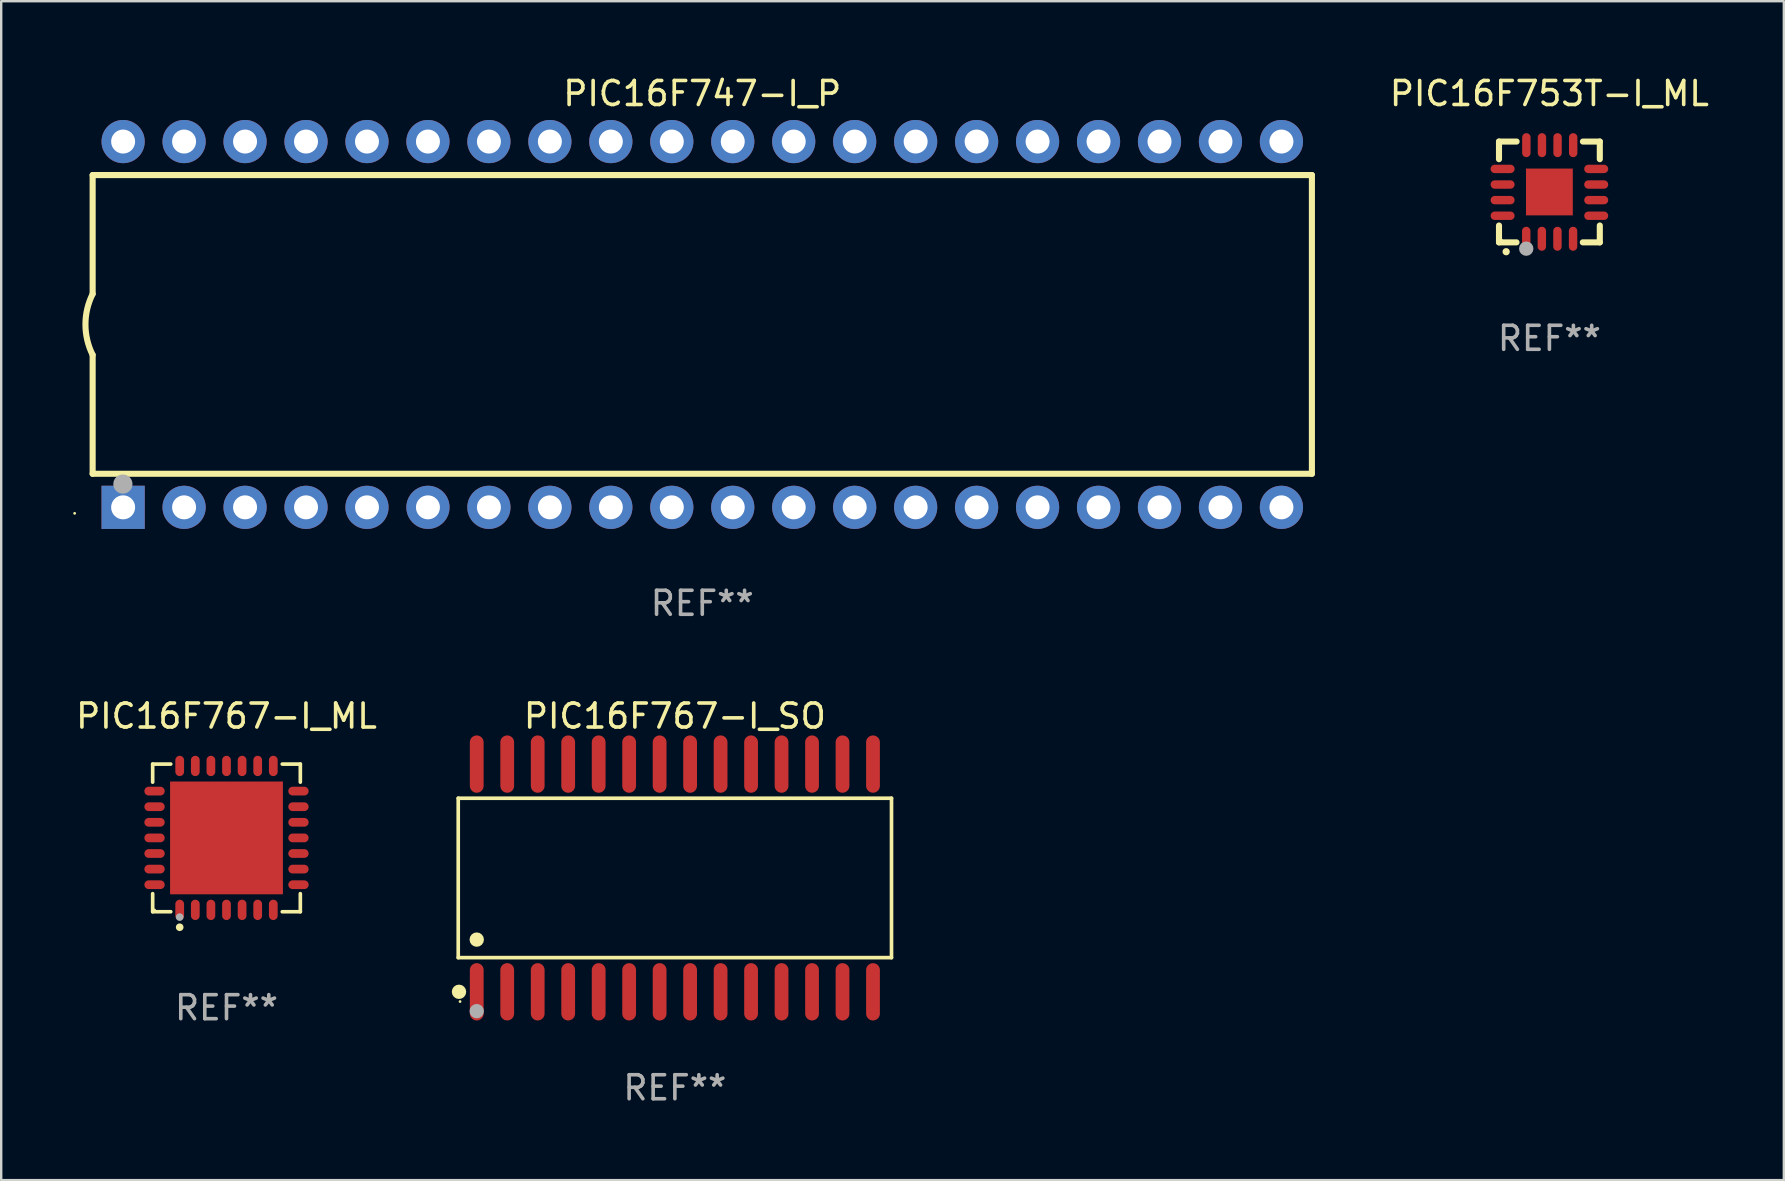
<source format=kicad_pcb>
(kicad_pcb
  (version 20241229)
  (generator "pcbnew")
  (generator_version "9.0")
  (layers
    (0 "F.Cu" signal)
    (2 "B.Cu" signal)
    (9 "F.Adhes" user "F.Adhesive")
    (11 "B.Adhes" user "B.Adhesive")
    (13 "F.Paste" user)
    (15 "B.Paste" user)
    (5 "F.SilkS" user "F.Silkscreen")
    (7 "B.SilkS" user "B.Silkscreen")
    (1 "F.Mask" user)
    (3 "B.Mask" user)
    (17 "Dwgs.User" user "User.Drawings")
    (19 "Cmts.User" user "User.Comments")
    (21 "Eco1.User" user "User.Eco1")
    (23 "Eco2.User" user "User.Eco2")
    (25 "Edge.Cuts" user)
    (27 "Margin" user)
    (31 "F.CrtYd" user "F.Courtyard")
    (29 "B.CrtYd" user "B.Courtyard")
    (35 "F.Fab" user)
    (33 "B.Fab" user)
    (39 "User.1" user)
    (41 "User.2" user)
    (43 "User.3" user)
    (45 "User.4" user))
  (footprint "PIC16F767-I_SO"
    (layer "F.Cu")
    (at 25.068 33.529)
    (property "Reference" "PIC16F767-I_SO" (at 0 -6.744 0) (layer "F.SilkS") (effects (font (size 1 1) (thickness 0.15))))
    (attr through_hole)
    (fp_line (start -9.026 -3.321) (end 9.026 -3.321) (stroke (width 0.152) (type solid)) (layer "F.SilkS"))
    (fp_line (start -9.026 3.321) (end -9.026 -3.321) (stroke (width 0.152) (type solid)) (layer "F.SilkS"))
    (fp_line (start 9.026 -3.321) (end 9.026 3.321) (stroke (width 0.152) (type solid)) (layer "F.SilkS"))
    (fp_line (start 9.026 3.321) (end -9.026 3.321) (stroke (width 0.152) (type solid)) (layer "F.SilkS"))
    (fp_circle (center -8.994 4.744) (end -8.844 4.744) (stroke (width 0.3) (type solid)) (fill no) (layer "F.SilkS"))
    (fp_circle (center -8.95 5.15) (end -8.92 5.15) (stroke (width 0.06) (type solid)) (fill no) (layer "F.SilkS"))
    (fp_circle (center -8.255 2.569) (end -8.105 2.569) (stroke (width 0.3) (type solid)) (fill no) (layer "F.SilkS"))
    (fp_circle (center -8.255 5.55) (end -8.105 5.55) (stroke (width 0.3) (type solid)) (fill no) (layer "F.Fab"))
    (fp_text user "REF**" (at 0 8.744 0) (layer "F.Fab") (effects (font (size 1 1) (thickness 0.15))))
    (pad "1" smd oval (at -8.255 4.744) (size 0.574 2.388) (layers "F.Cu" "F.Mask" "F.Paste"))
    (pad "2" smd oval (at -6.985 4.744) (size 0.574 2.388) (layers "F.Cu" "F.Mask" "F.Paste"))
    (pad "3" smd oval (at -5.715 4.744) (size 0.574 2.388) (layers "F.Cu" "F.Mask" "F.Paste"))
    (pad "4" smd oval (at -4.445 4.744) (size 0.574 2.388) (layers "F.Cu" "F.Mask" "F.Paste"))
    (pad "5" smd oval (at -3.175 4.744) (size 0.574 2.388) (layers "F.Cu" "F.Mask" "F.Paste"))
    (pad "6" smd oval (at -1.905 4.744) (size 0.574 2.388) (layers "F.Cu" "F.Mask" "F.Paste"))
    (pad "7" smd oval (at -0.635 4.744) (size 0.574 2.388) (layers "F.Cu" "F.Mask" "F.Paste"))
    (pad "8" smd oval (at 0.635 4.744) (size 0.574 2.388) (layers "F.Cu" "F.Mask" "F.Paste"))
    (pad "9" smd oval (at 1.905 4.744) (size 0.574 2.388) (layers "F.Cu" "F.Mask" "F.Paste"))
    (pad "10" smd oval (at 3.175 4.744) (size 0.574 2.388) (layers "F.Cu" "F.Mask" "F.Paste"))
    (pad "11" smd oval (at 4.445 4.744) (size 0.574 2.388) (layers "F.Cu" "F.Mask" "F.Paste"))
    (pad "12" smd oval (at 5.715 4.744) (size 0.574 2.388) (layers "F.Cu" "F.Mask" "F.Paste"))
    (pad "13" smd oval (at 6.985 4.744) (size 0.574 2.388) (layers "F.Cu" "F.Mask" "F.Paste"))
    (pad "14" smd oval (at 8.255 4.744) (size 0.574 2.388) (layers "F.Cu" "F.Mask" "F.Paste"))
    (pad "15" smd oval (at 8.255 -4.744) (size 0.574 2.388) (layers "F.Cu" "F.Mask" "F.Paste"))
    (pad "16" smd oval (at 6.985 -4.744) (size 0.574 2.388) (layers "F.Cu" "F.Mask" "F.Paste"))
    (pad "17" smd oval (at 5.715 -4.744) (size 0.574 2.388) (layers "F.Cu" "F.Mask" "F.Paste"))
    (pad "18" smd oval (at 4.445 -4.744) (size 0.574 2.388) (layers "F.Cu" "F.Mask" "F.Paste"))
    (pad "19" smd oval (at 3.175 -4.744) (size 0.574 2.388) (layers "F.Cu" "F.Mask" "F.Paste"))
    (pad "20" smd oval (at 1.905 -4.744) (size 0.574 2.388) (layers "F.Cu" "F.Mask" "F.Paste"))
    (pad "21" smd oval (at 0.635 -4.744) (size 0.574 2.388) (layers "F.Cu" "F.Mask" "F.Paste"))
    (pad "22" smd oval (at -0.635 -4.744) (size 0.574 2.388) (layers "F.Cu" "F.Mask" "F.Paste"))
    (pad "23" smd oval (at -1.905 -4.744) (size 0.574 2.388) (layers "F.Cu" "F.Mask" "F.Paste"))
    (pad "24" smd oval (at -3.175 -4.744) (size 0.574 2.388) (layers "F.Cu" "F.Mask" "F.Paste"))
    (pad "25" smd oval (at -4.445 -4.744) (size 0.574 2.388) (layers "F.Cu" "F.Mask" "F.Paste"))
    (pad "26" smd oval (at -5.715 -4.744) (size 0.574 2.388) (layers "F.Cu" "F.Mask" "F.Paste"))
    (pad "27" smd oval (at -6.985 -4.744) (size 0.574 2.388) (layers "F.Cu" "F.Mask" "F.Paste"))
    (pad "28" smd oval (at -8.255 -4.744) (size 0.574 2.388) (layers "F.Cu" "F.Mask" "F.Paste")))
  (footprint "PIC16F747-I_P"
    (layer "F.Cu")
    (at 26.21 10.468)
    (property "Reference" "PIC16F747-I_P" (at 0 -9.62 0) (layer "F.SilkS") (effects (font (size 1 1) (thickness 0.15))))
    (attr through_hole)
    (fp_line (start -25.4 -6.224) (end -25.4 -1.271) (stroke (width 0.254) (type solid)) (layer "F.SilkS"))
    (fp_line (start -25.4 -6.224) (end 25.4 -6.224) (stroke (width 0.254) (type solid)) (layer "F.SilkS"))
    (fp_line (start -25.4 1.269) (end -25.4 6.222) (stroke (width 0.254) (type solid)) (layer "F.SilkS"))
    (fp_line (start -25.4 6.222) (end 25.4 6.222) (stroke (width 0.254) (type solid)) (layer "F.SilkS"))
    (fp_line (start 25.4 6.222) (end 25.4 -6.224) (stroke (width 0.254) (type solid)) (layer "F.SilkS"))
    (fp_arc (start -25.4 1.269241) (mid -25.699807 -0.000762) (end -25.4 -1.270765) (stroke (width 0.254001) (type solid)) (layer "F.SilkS"))
    (fp_circle (center -26.15 7.87) (end -26.12 7.87) (stroke (width 0.06) (type solid)) (fill no) (layer "F.SilkS"))
    (fp_circle (center -24.14 6.65) (end -23.94 6.65) (stroke (width 0.4) (type solid)) (fill no) (layer "F.Fab"))
    (fp_text user "REF**" (at 0 11.62 0) (layer "F.Fab") (effects (font (size 1 1) (thickness 0.15))))
    (pad "1" thru_hole rect (at -24.13 7.62 90) (size 1.8 1.8) (drill 1) (layers "*.Cu" "*.Mask"))
    (pad "2" thru_hole circle (at -21.59 7.62) (size 1.8 1.8) (drill 1) (layers "*.Cu" "*.Mask"))
    (pad "3" thru_hole circle (at -19.05 7.62) (size 1.8 1.8) (drill 1) (layers "*.Cu" "*.Mask"))
    (pad "4" thru_hole circle (at -16.51 7.62) (size 1.8 1.8) (drill 1) (layers "*.Cu" "*.Mask"))
    (pad "5" thru_hole circle (at -13.97 7.62) (size 1.8 1.8) (drill 1) (layers "*.Cu" "*.Mask"))
    (pad "6" thru_hole circle (at -11.43 7.62) (size 1.8 1.8) (drill 1) (layers "*.Cu" "*.Mask"))
    (pad "7" thru_hole circle (at -8.89 7.62) (size 1.8 1.8) (drill 1) (layers "*.Cu" "*.Mask"))
    (pad "8" thru_hole circle (at -6.35 7.62) (size 1.8 1.8) (drill 1) (layers "*.Cu" "*.Mask"))
    (pad "9" thru_hole circle (at -3.81 7.62) (size 1.8 1.8) (drill 1) (layers "*.Cu" "*.Mask"))
    (pad "10" thru_hole circle (at -1.27 7.62) (size 1.8 1.8) (drill 1) (layers "*.Cu" "*.Mask"))
    (pad "11" thru_hole circle (at 1.27 7.62) (size 1.8 1.8) (drill 1) (layers "*.Cu" "*.Mask"))
    (pad "12" thru_hole circle (at 3.81 7.62) (size 1.8 1.8) (drill 1) (layers "*.Cu" "*.Mask"))
    (pad "13" thru_hole circle (at 6.35 7.62) (size 1.8 1.8) (drill 1) (layers "*.Cu" "*.Mask"))
    (pad "14" thru_hole circle (at 8.89 7.62) (size 1.8 1.8) (drill 1) (layers "*.Cu" "*.Mask"))
    (pad "15" thru_hole circle (at 11.43 7.62) (size 1.8 1.8) (drill 1) (layers "*.Cu" "*.Mask"))
    (pad "16" thru_hole circle (at 13.97 7.62) (size 1.8 1.8) (drill 1) (layers "*.Cu" "*.Mask"))
    (pad "17" thru_hole circle (at 16.51 7.62) (size 1.8 1.8) (drill 1) (layers "*.Cu" "*.Mask"))
    (pad "18" thru_hole circle (at 19.05 7.62) (size 1.8 1.8) (drill 1) (layers "*.Cu" "*.Mask"))
    (pad "19" thru_hole circle (at 21.59 7.62) (size 1.8 1.8) (drill 1) (layers "*.Cu" "*.Mask"))
    (pad "20" thru_hole circle (at 24.13 7.62) (size 1.8 1.8) (drill 1) (layers "*.Cu" "*.Mask"))
    (pad "21" thru_hole circle (at 24.13 -7.62) (size 1.8 1.8) (drill 1) (layers "*.Cu" "*.Mask"))
    (pad "22" thru_hole circle (at 21.59 -7.62) (size 1.8 1.8) (drill 1) (layers "*.Cu" "*.Mask"))
    (pad "23" thru_hole circle (at 19.05 -7.62) (size 1.8 1.8) (drill 1) (layers "*.Cu" "*.Mask"))
    (pad "24" thru_hole circle (at 16.51 -7.62) (size 1.8 1.8) (drill 1) (layers "*.Cu" "*.Mask"))
    (pad "25" thru_hole circle (at 13.97 -7.62) (size 1.8 1.8) (drill 1) (layers "*.Cu" "*.Mask"))
    (pad "26" thru_hole circle (at 11.43 -7.62) (size 1.8 1.8) (drill 1) (layers "*.Cu" "*.Mask"))
    (pad "27" thru_hole circle (at 8.89 -7.62) (size 1.8 1.8) (drill 1) (layers "*.Cu" "*.Mask"))
    (pad "28" thru_hole circle (at 6.35 -7.62) (size 1.8 1.8) (drill 1) (layers "*.Cu" "*.Mask"))
    (pad "29" thru_hole circle (at 3.81 -7.62) (size 1.8 1.8) (drill 1) (layers "*.Cu" "*.Mask"))
    (pad "30" thru_hole circle (at 1.27 -7.62) (size 1.8 1.8) (drill 1) (layers "*.Cu" "*.Mask"))
    (pad "31" thru_hole circle (at -1.27 -7.62) (size 1.8 1.8) (drill 1) (layers "*.Cu" "*.Mask"))
    (pad "32" thru_hole circle (at -3.81 -7.62) (size 1.8 1.8) (drill 1) (layers "*.Cu" "*.Mask"))
    (pad "33" thru_hole circle (at -6.35 -7.62) (size 1.8 1.8) (drill 1) (layers "*.Cu" "*.Mask"))
    (pad "34" thru_hole circle (at -8.89 -7.62) (size 1.8 1.8) (drill 1) (layers "*.Cu" "*.Mask"))
    (pad "35" thru_hole circle (at -11.43 -7.62) (size 1.8 1.8) (drill 1) (layers "*.Cu" "*.Mask"))
    (pad "36" thru_hole circle (at -13.97 -7.62) (size 1.8 1.8) (drill 1) (layers "*.Cu" "*.Mask"))
    (pad "37" thru_hole circle (at -16.51 -7.62) (size 1.8 1.8) (drill 1) (layers "*.Cu" "*.Mask"))
    (pad "38" thru_hole circle (at -19.05 -7.62) (size 1.8 1.8) (drill 1) (layers "*.Cu" "*.Mask"))
    (pad "39" thru_hole circle (at -21.59 -7.62) (size 1.8 1.8) (drill 1) (layers "*.Cu" "*.Mask"))
    (pad "40" thru_hole circle (at -24.13 -7.62) (size 1.8 1.8) (drill 1) (layers "*.Cu" "*.Mask")))
  (footprint "PIC16F767-I_ML"
    (layer "F.Cu")
    (at 6.387 31.861)
    (property "Reference" "PIC16F767-I_ML" (at 0 -5.076 0) (layer "F.SilkS") (effects (font (size 1 1) (thickness 0.15))))
    (attr through_hole)
    (fp_line (start -3.076 -3.076) (end -2.323 -3.076) (stroke (width 0.152) (type solid)) (layer "F.SilkS"))
    (fp_line (start -3.076 -2.323) (end -3.076 -3.076) (stroke (width 0.152) (type solid)) (layer "F.SilkS"))
    (fp_line (start -3.076 2.323) (end -3.076 3.076) (stroke (width 0.152) (type solid)) (layer "F.SilkS"))
    (fp_line (start -3.076 3.076) (end -2.323 3.076) (stroke (width 0.152) (type solid)) (layer "F.SilkS"))
    (fp_line (start 3.076 -3.076) (end 2.323 -3.076) (stroke (width 0.152) (type solid)) (layer "F.SilkS"))
    (fp_line (start 3.076 -2.323) (end 3.076 -3.076) (stroke (width 0.152) (type solid)) (layer "F.SilkS"))
    (fp_line (start 3.076 2.323) (end 3.076 3.076) (stroke (width 0.152) (type solid)) (layer "F.SilkS"))
    (fp_line (start 3.076 3.076) (end 2.323 3.076) (stroke (width 0.152) (type solid)) (layer "F.SilkS"))
    (fp_circle (center -3 3) (end -2.97 3) (stroke (width 0.06) (type solid)) (fill no) (layer "F.SilkS"))
    (fp_circle (center -1.95 3.722) (end -1.87 3.722) (stroke (width 0.16) (type solid)) (fill no) (layer "F.SilkS"))
    (fp_circle (center -1.95 3.3) (end -1.87 3.3) (stroke (width 0.16) (type solid)) (fill no) (layer "F.Fab"))
    (fp_text user "REF**" (at 0 7.076 0) (layer "F.Fab") (effects (font (size 1 1) (thickness 0.15))))
    (pad "1" smd oval (at -1.95 2.998) (size 0.364 0.847) (layers "F.Cu" "F.Mask" "F.Paste"))
    (pad "2" smd oval (at -1.3 2.998) (size 0.364 0.847) (layers "F.Cu" "F.Mask" "F.Paste"))
    (pad "3" smd oval (at -0.65 2.998) (size 0.364 0.847) (layers "F.Cu" "F.Mask" "F.Paste"))
    (pad "4" smd oval (at 0 2.998) (size 0.364 0.847) (layers "F.Cu" "F.Mask" "F.Paste"))
    (pad "5" smd oval (at 0.65 2.998) (size 0.364 0.847) (layers "F.Cu" "F.Mask" "F.Paste"))
    (pad "6" smd oval (at 1.3 2.998) (size 0.364 0.847) (layers "F.Cu" "F.Mask" "F.Paste"))
    (pad "7" smd oval (at 1.95 2.998) (size 0.364 0.847) (layers "F.Cu" "F.Mask" "F.Paste"))
    (pad "8" smd oval (at 2.998 1.95) (size 0.847 0.364) (layers "F.Cu" "F.Mask" "F.Paste"))
    (pad "9" smd oval (at 2.998 1.3) (size 0.847 0.364) (layers "F.Cu" "F.Mask" "F.Paste"))
    (pad "10" smd oval (at 2.998 0.65) (size 0.847 0.364) (layers "F.Cu" "F.Mask" "F.Paste"))
    (pad "11" smd oval (at 2.998 0) (size 0.847 0.364) (layers "F.Cu" "F.Mask" "F.Paste"))
    (pad "12" smd oval (at 2.998 -0.65) (size 0.847 0.364) (layers "F.Cu" "F.Mask" "F.Paste"))
    (pad "13" smd oval (at 2.998 -1.3) (size 0.847 0.364) (layers "F.Cu" "F.Mask" "F.Paste"))
    (pad "14" smd oval (at 2.998 -1.95) (size 0.847 0.364) (layers "F.Cu" "F.Mask" "F.Paste"))
    (pad "15" smd oval (at 1.95 -2.998) (size 0.364 0.847) (layers "F.Cu" "F.Mask" "F.Paste"))
    (pad "16" smd oval (at 1.3 -2.998) (size 0.364 0.847) (layers "F.Cu" "F.Mask" "F.Paste"))
    (pad "17" smd oval (at 0.65 -2.998) (size 0.364 0.847) (layers "F.Cu" "F.Mask" "F.Paste"))
    (pad "18" smd oval (at 0 -2.998) (size 0.364 0.847) (layers "F.Cu" "F.Mask" "F.Paste"))
    (pad "19" smd oval (at -0.65 -2.998) (size 0.364 0.847) (layers "F.Cu" "F.Mask" "F.Paste"))
    (pad "20" smd oval (at -1.3 -2.998) (size 0.364 0.847) (layers "F.Cu" "F.Mask" "F.Paste"))
    (pad "21" smd oval (at -1.95 -2.998) (size 0.364 0.847) (layers "F.Cu" "F.Mask" "F.Paste"))
    (pad "22" smd oval (at -2.998 -1.95) (size 0.847 0.364) (layers "F.Cu" "F.Mask" "F.Paste"))
    (pad "23" smd oval (at -2.998 -1.3) (size 0.847 0.364) (layers "F.Cu" "F.Mask" "F.Paste"))
    (pad "24" smd oval (at -2.998 -0.65) (size 0.847 0.364) (layers "F.Cu" "F.Mask" "F.Paste"))
    (pad "25" smd oval (at -2.998 0) (size 0.847 0.364) (layers "F.Cu" "F.Mask" "F.Paste"))
    (pad "26" smd oval (at -2.998 0.65) (size 0.847 0.364) (layers "F.Cu" "F.Mask" "F.Paste"))
    (pad "27" smd oval (at -2.998 1.3) (size 0.847 0.364) (layers "F.Cu" "F.Mask" "F.Paste"))
    (pad "28" smd oval (at -2.998 1.95) (size 0.847 0.364) (layers "F.Cu" "F.Mask" "F.Paste"))
    (pad "29" smd rect (at 0 0) (size 4.7 4.7) (layers "F.Cu" "F.Mask" "F.Paste")))
  (footprint "PIC16F753T-I_ML"
    (layer "F.Cu")
    (at 61.505 4.948)
    (property "Reference" "PIC16F753T-I_ML" (at 0 -4.1 0) (layer "F.SilkS") (effects (font (size 1 1) (thickness 0.15))))
    (attr through_hole)
    (fp_line (start -2.1 -2.1) (end -1.366 -2.1) (stroke (width 0.254) (type solid)) (layer "F.SilkS"))
    (fp_line (start -2.1 -1.366) (end -2.1 -2.1) (stroke (width 0.254) (type solid)) (layer "F.SilkS"))
    (fp_line (start -2.1 2.1) (end -2.1 1.397) (stroke (width 0.254) (type solid)) (layer "F.SilkS"))
    (fp_line (start -2.1 2.1) (end -1.371 2.1) (stroke (width 0.254) (type solid)) (layer "F.SilkS"))
    (fp_line (start 1.392 2.1) (end 2.1 2.1) (stroke (width 0.254) (type solid)) (layer "F.SilkS"))
    (fp_line (start 1.397 -2.1) (end 2.1 -2.1) (stroke (width 0.254) (type solid)) (layer "F.SilkS"))
    (fp_line (start 2.1 -1.366) (end 2.1 -2.1) (stroke (width 0.254) (type solid)) (layer "F.SilkS"))
    (fp_line (start 2.1 2.1) (end 2.1 1.397) (stroke (width 0.254) (type solid)) (layer "F.SilkS"))
    (fp_arc (start -1.803404 2.489205) (mid -1.802134 2.4892) (end -1.800864 2.489205) (stroke (width 0.3) (type solid)) (layer "F.SilkS"))
    (fp_circle (center -2 2) (end -1.97 2) (stroke (width 0.06) (type solid)) (fill no) (layer "F.SilkS"))
    (fp_circle (center -0.965 2.362) (end -0.815 2.362) (stroke (width 0.3) (type solid)) (fill no) (layer "F.Fab"))
    (fp_text user "REF**" (at 0 6.1 0) (layer "F.Fab") (effects (font (size 1 1) (thickness 0.15))))
    (pad "1" smd oval (at -0.965 1.95) (size 0.35 1) (layers "F.Cu" "F.Mask" "F.Paste"))
    (pad "2" smd oval (at -0.315 1.95) (size 0.35 1) (layers "F.Cu" "F.Mask" "F.Paste"))
    (pad "3" smd oval (at 0.335 1.95) (size 0.35 1) (layers "F.Cu" "F.Mask" "F.Paste"))
    (pad "4" smd oval (at 0.986 1.95) (size 0.35 1) (layers "F.Cu" "F.Mask" "F.Paste"))
    (pad "5" smd oval (at 1.95 0.991) (size 1 0.35) (layers "F.Cu" "F.Mask" "F.Paste"))
    (pad "6" smd oval (at 1.95 0.34) (size 1 0.35) (layers "F.Cu" "F.Mask" "F.Paste"))
    (pad "7" smd oval (at 1.95 -0.31) (size 1 0.35) (layers "F.Cu" "F.Mask" "F.Paste"))
    (pad "8" smd oval (at 1.95 -0.96) (size 1 0.35) (layers "F.Cu" "F.Mask" "F.Paste"))
    (pad "9" smd oval (at 0.991 -1.95) (size 0.35 1) (layers "F.Cu" "F.Mask" "F.Paste"))
    (pad "10" smd oval (at 0.34 -1.95) (size 0.35 1) (layers "F.Cu" "F.Mask" "F.Paste"))
    (pad "11" smd oval (at -0.31 -1.95) (size 0.35 1) (layers "F.Cu" "F.Mask" "F.Paste"))
    (pad "12" smd oval (at -0.96 -1.95) (size 0.35 1) (layers "F.Cu" "F.Mask" "F.Paste"))
    (pad "13" smd oval (at -1.95 -0.96) (size 1 0.35) (layers "F.Cu" "F.Mask" "F.Paste"))
    (pad "14" smd oval (at -1.95 -0.31) (size 1 0.35) (layers "F.Cu" "F.Mask" "F.Paste"))
    (pad "15" smd oval (at -1.95 0.34) (size 1 0.35) (layers "F.Cu" "F.Mask" "F.Paste"))
    (pad "16" smd oval (at -1.95 0.991) (size 1 0.35) (layers "F.Cu" "F.Mask" "F.Paste"))
    (pad "17" smd rect (at 0 0) (size 1.95 1.95) (layers "F.Cu" "F.Mask" "F.Paste")))
  (gr_rect
    (start -3 -3)
    (end 71.273 46.121)
    (stroke (width 0.1) (type default))
    (fill no)
    (layer "Edge.Cuts")))
</source>
